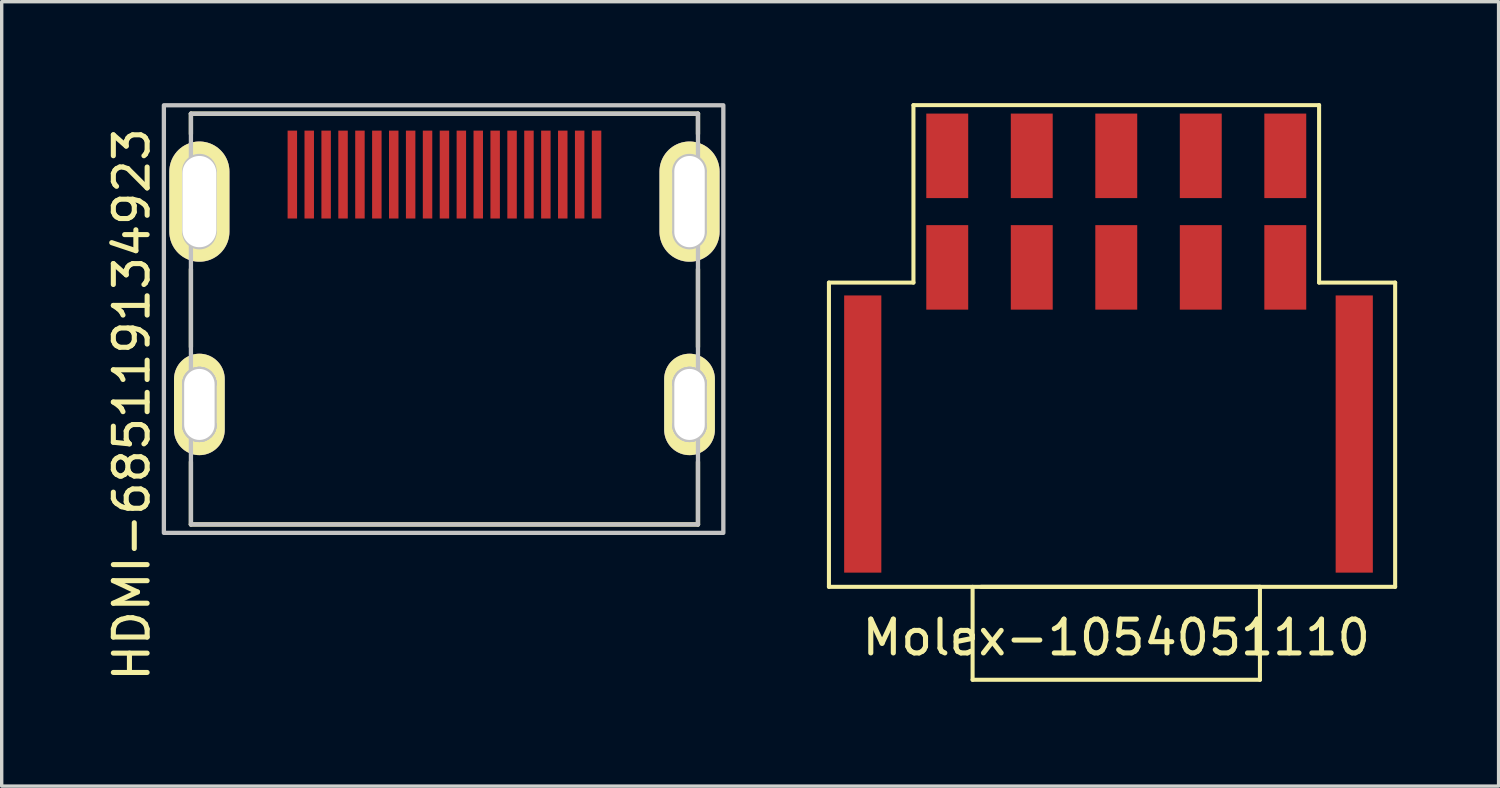
<source format=kicad_pcb>
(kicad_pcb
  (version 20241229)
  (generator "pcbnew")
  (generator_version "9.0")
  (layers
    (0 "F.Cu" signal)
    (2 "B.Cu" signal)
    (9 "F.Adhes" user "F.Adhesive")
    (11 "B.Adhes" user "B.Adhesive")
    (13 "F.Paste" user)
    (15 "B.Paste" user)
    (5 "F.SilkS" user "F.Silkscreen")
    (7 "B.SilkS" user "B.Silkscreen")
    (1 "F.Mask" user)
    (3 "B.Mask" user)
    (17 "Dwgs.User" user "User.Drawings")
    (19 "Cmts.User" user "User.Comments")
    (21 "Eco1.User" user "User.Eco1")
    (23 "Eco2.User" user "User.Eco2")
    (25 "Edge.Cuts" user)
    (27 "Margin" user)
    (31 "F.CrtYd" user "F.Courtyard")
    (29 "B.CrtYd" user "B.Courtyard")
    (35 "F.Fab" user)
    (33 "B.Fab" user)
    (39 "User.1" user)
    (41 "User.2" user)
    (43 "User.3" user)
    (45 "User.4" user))
  (footprint "HDMI-685119134923"
    (layer "F.Cu")
    (at 10.098 2.114)
    (property "Reference" "HDMI-685119134923" (at -9.25 6.8 90) (layer "F.SilkS") (effects (font (size 1 1) (thickness 0.15))))
    (attr smd)
    (fp_line (start -7.5 -1.8) (end 7.5 -1.8) (stroke (width 0.127) (type solid)) (layer "F.SilkS"))
    (fp_line (start -7.5 -1.2) (end -7.5 -1.8) (stroke (width 0.127) (type solid)) (layer "F.SilkS"))
    (fp_line (start -7.5 2.8) (end -7.5 5.1) (stroke (width 0.127) (type solid)) (layer "F.SilkS"))
    (fp_line (start -7.5 8.5) (end -7.5 10.35) (stroke (width 0.127) (type solid)) (layer "F.SilkS"))
    (fp_line (start -7.5 10.35) (end 7.5 10.35) (stroke (width 0.127) (type solid)) (layer "F.SilkS"))
    (fp_line (start 7.5 -1.8) (end 7.5 -1.2) (stroke (width 0.127) (type solid)) (layer "F.SilkS"))
    (fp_line (start 7.5 2.8) (end 7.5 5.1) (stroke (width 0.127) (type solid)) (layer "F.SilkS"))
    (fp_line (start 7.5 10.35) (end 7.5 8.5) (stroke (width 0.127) (type solid)) (layer "F.SilkS"))
    (fp_line (start -7.7 -0.1) (end -7.7 1.7) (stroke (width 0.127) (type solid)) (layer "Dwgs.User"))
    (fp_line (start -7.7 6.2) (end -7.7 7.4) (stroke (width 0.127) (type solid)) (layer "Dwgs.User"))
    (fp_line (start -7.5 -1.8) (end 7.5 -1.8) (stroke (width 0.127) (type solid)) (layer "Dwgs.User"))
    (fp_line (start -7.5 10.35) (end -7.5 -1.8) (stroke (width 0.127) (type solid)) (layer "Dwgs.User"))
    (fp_line (start -6.8 1.7) (end -6.8 -0.1) (stroke (width 0.127) (type solid)) (layer "Dwgs.User"))
    (fp_line (start -6.8 7.4) (end -6.8 6.2) (stroke (width 0.127) (type solid)) (layer "Dwgs.User"))
    (fp_line (start 6.8 -0.1) (end 6.8 1.7) (stroke (width 0.127) (type solid)) (layer "Dwgs.User"))
    (fp_line (start 6.8 6.2) (end 6.8 7.4) (stroke (width 0.127) (type solid)) (layer "Dwgs.User"))
    (fp_line (start 7.5 -1.8) (end 7.5 10.35) (stroke (width 0.127) (type solid)) (layer "Dwgs.User"))
    (fp_line (start 7.5 10.35) (end -7.5 10.35) (stroke (width 0.127) (type solid)) (layer "Dwgs.User"))
    (fp_line (start 7.7 1.7) (end 7.7 -0.1) (stroke (width 0.127) (type solid)) (layer "Dwgs.User"))
    (fp_line (start 7.7 7.4) (end 7.7 6.2) (stroke (width 0.127) (type solid)) (layer "Dwgs.User"))
    (fp_arc (start -7.7 -0.1) (mid -7.25 -0.55) (end -6.8 -0.1) (stroke (width 0.127) (type solid)) (layer "Dwgs.User"))
    (fp_arc (start -7.7 6.2) (mid -7.25 5.75) (end -6.8 6.2) (stroke (width 0.127) (type solid)) (layer "Dwgs.User"))
    (fp_arc (start -7.7 6.2) (mid -7.25 5.75) (end -6.8 6.2) (stroke (width 0.127) (type solid)) (layer "Dwgs.User"))
    (fp_arc (start -7.7 6.2) (mid -7.25 5.75) (end -6.8 6.2) (stroke (width 0.127) (type solid)) (layer "Dwgs.User"))
    (fp_arc (start -7.7 6.2) (mid -7.25 5.75) (end -6.8 6.2) (stroke (width 0.127) (type solid)) (layer "Dwgs.User"))
    (fp_arc (start -6.8 1.7) (mid -7.25 2.15) (end -7.7 1.7) (stroke (width 0.127) (type solid)) (layer "Dwgs.User"))
    (fp_arc (start -6.8 7.4) (mid -7.25 7.85) (end -7.7 7.4) (stroke (width 0.127) (type solid)) (layer "Dwgs.User"))
    (fp_arc (start -6.8 7.4) (mid -7.25 7.85) (end -7.7 7.4) (stroke (width 0.127) (type solid)) (layer "Dwgs.User"))
    (fp_arc (start -6.8 7.4) (mid -7.25 7.85) (end -7.7 7.4) (stroke (width 0.127) (type solid)) (layer "Dwgs.User"))
    (fp_arc (start -6.8 7.4) (mid -7.25 7.85) (end -7.7 7.4) (stroke (width 0.127) (type solid)) (layer "Dwgs.User"))
    (fp_arc (start 6.8 -0.1) (mid 7.25 -0.55) (end 7.7 -0.1) (stroke (width 0.127) (type solid)) (layer "Dwgs.User"))
    (fp_arc (start 6.8 6.2) (mid 7.25 5.75) (end 7.7 6.2) (stroke (width 0.127) (type solid)) (layer "Dwgs.User"))
    (fp_arc (start 6.8 6.2) (mid 7.25 5.75) (end 7.7 6.2) (stroke (width 0.127) (type solid)) (layer "Dwgs.User"))
    (fp_arc (start 6.8 6.2) (mid 7.25 5.75) (end 7.7 6.2) (stroke (width 0.127) (type solid)) (layer "Dwgs.User"))
    (fp_arc (start 6.8 6.2) (mid 7.25 5.75) (end 7.7 6.2) (stroke (width 0.127) (type solid)) (layer "Dwgs.User"))
    (fp_arc (start 7.7 1.7) (mid 7.25 2.15) (end 6.8 1.7) (stroke (width 0.127) (type solid)) (layer "Dwgs.User"))
    (fp_arc (start 7.7 7.4) (mid 7.25 7.85) (end 6.8 7.4) (stroke (width 0.127) (type solid)) (layer "Dwgs.User"))
    (fp_arc (start 7.7 7.4) (mid 7.25 7.85) (end 6.8 7.4) (stroke (width 0.127) (type solid)) (layer "Dwgs.User"))
    (fp_arc (start 7.7 7.4) (mid 7.25 7.85) (end 6.8 7.4) (stroke (width 0.127) (type solid)) (layer "Dwgs.User"))
    (fp_arc (start 7.7 7.4) (mid 7.25 7.85) (end 6.8 7.4) (stroke (width 0.127) (type solid)) (layer "Dwgs.User"))
    (fp_poly (pts (xy -8.3 -2.05) (xy 8.25 -2.05) (xy 8.25 10.6) (xy -8.3 10.6)) (stroke (width 0.127) (type solid)) (fill no) (layer "Dwgs.User"))
    (pad "1" smd rect (at 4.5 0 180) (size 0.28 2.6) (layers "F.Cu" "F.Mask" "F.Paste"))
    (pad "2" smd rect (at 4 0 180) (size 0.28 2.6) (layers "F.Cu" "F.Mask" "F.Paste"))
    (pad "3" smd rect (at 3.5 0 180) (size 0.28 2.6) (layers "F.Cu" "F.Mask" "F.Paste"))
    (pad "4" smd rect (at 3 0 180) (size 0.28 2.6) (layers "F.Cu" "F.Mask" "F.Paste"))
    (pad "5" smd rect (at 2.5 0 180) (size 0.28 2.6) (layers "F.Cu" "F.Mask" "F.Paste"))
    (pad "6" smd rect (at 2 0 180) (size 0.28 2.6) (layers "F.Cu" "F.Mask" "F.Paste"))
    (pad "7" smd rect (at 1.5 0 180) (size 0.28 2.6) (layers "F.Cu" "F.Mask" "F.Paste"))
    (pad "8" smd rect (at 1 0 180) (size 0.28 2.6) (layers "F.Cu" "F.Mask" "F.Paste"))
    (pad "9" smd rect (at 0.5 0 180) (size 0.28 2.6) (layers "F.Cu" "F.Mask" "F.Paste"))
    (pad "10" smd rect (at 0 0 180) (size 0.28 2.6) (layers "F.Cu" "F.Mask" "F.Paste"))
    (pad "11" smd rect (at -0.5 0 180) (size 0.28 2.6) (layers "F.Cu" "F.Mask" "F.Paste"))
    (pad "12" smd rect (at -1 0 180) (size 0.28 2.6) (layers "F.Cu" "F.Mask" "F.Paste"))
    (pad "13" smd rect (at -1.5 0 180) (size 0.28 2.6) (layers "F.Cu" "F.Mask" "F.Paste"))
    (pad "14" smd rect (at -2 0 180) (size 0.28 2.6) (layers "F.Cu" "F.Mask" "F.Paste"))
    (pad "15" smd rect (at -2.5 0 180) (size 0.28 2.6) (layers "F.Cu" "F.Mask" "F.Paste"))
    (pad "16" smd rect (at -3 0 180) (size 0.28 2.6) (layers "F.Cu" "F.Mask" "F.Paste"))
    (pad "17" smd rect (at -3.5 0 180) (size 0.28 2.6) (layers "F.Cu" "F.Mask" "F.Paste"))
    (pad "18" smd rect (at -4 0 180) (size 0.28 2.6) (layers "F.Cu" "F.Mask" "F.Paste"))
    (pad "19" smd rect (at -4.5 0 180) (size 0.28 2.6) (layers "F.Cu" "F.Mask" "F.Paste"))
    (pad "SHEL" thru_hole oval (at -7.25 0.8 90) (size 3.556 1.778) (drill oval 2.7 1) (layers "*.Cu" "*.Mask" "F.SilkS"))
    (pad "SHEL" thru_hole oval (at -7.25 6.8 90) (size 3 1.5) (drill oval 2.1 0.9) (layers "*.Cu" "*.Mask" "F.SilkS"))
    (pad "SHEL" thru_hole oval (at 7.25 0.8 90) (size 3.556 1.778) (drill oval 2.7 0.9) (layers "*.Cu" "*.Mask" "F.SilkS"))
    (pad "SHEL" thru_hole oval (at 7.25 6.8 90) (size 3 1.5) (drill oval 2.1 0.9) (layers "*.Cu" "*.Mask" "F.SilkS")))
  (footprint "Molex-1054051110"
    (layer "F.Cu")
    (at 29.972 15.56)
    (property "Reference" "Molex-1054051110" (at 0 0.25 0) (layer "F.SilkS") (effects (font (size 1 1) (thickness 0.15))))
    (attr through_hole)
    (fp_line (start -8.5 -10.25) (end -6 -10.25) (stroke (width 0.12) (type solid)) (layer "F.SilkS"))
    (fp_line (start -8.5 -1.25) (end -8.5 -10.25) (stroke (width 0.12) (type solid)) (layer "F.SilkS"))
    (fp_line (start -6 -15.5) (end 6 -15.5) (stroke (width 0.12) (type solid)) (layer "F.SilkS"))
    (fp_line (start -6 -10.25) (end -6 -15.5) (stroke (width 0.12) (type solid)) (layer "F.SilkS"))
    (fp_line (start -4.25 -1.25) (end -4.25 1.5) (stroke (width 0.12) (type solid)) (layer "F.SilkS"))
    (fp_line (start -4.25 1.5) (end 4.25 1.5) (stroke (width 0.12) (type solid)) (layer "F.SilkS"))
    (fp_line (start 4.25 -1.25) (end -4 -1.25) (stroke (width 0.12) (type solid)) (layer "F.SilkS"))
    (fp_line (start 4.25 1.5) (end 4.25 -1.25) (stroke (width 0.12) (type solid)) (layer "F.SilkS"))
    (fp_line (start 6 -15.5) (end 6 -10.25) (stroke (width 0.12) (type solid)) (layer "F.SilkS"))
    (fp_line (start 6 -10.25) (end 8.25 -10.25) (stroke (width 0.12) (type solid)) (layer "F.SilkS"))
    (fp_line (start 8.25 -10.25) (end 8.25 -1.25) (stroke (width 0.12) (type solid)) (layer "F.SilkS"))
    (fp_line (start 8.25 -1.25) (end -8.5 -1.25) (stroke (width 0.12) (type solid)) (layer "F.SilkS"))
    (pad "1" smd rect (at 5 -14) (size 1.24 2.5) (layers "F.Cu" "F.Mask" "F.Paste"))
    (pad "2" smd rect (at 2.5 -14) (size 1.24 2.5) (layers "F.Cu" "F.Mask" "F.Paste"))
    (pad "3" smd rect (at 0 -14) (size 1.24 2.5) (layers "F.Cu" "F.Mask" "F.Paste"))
    (pad "4" smd rect (at -2.5 -14) (size 1.24 2.5) (layers "F.Cu" "F.Mask" "F.Paste"))
    (pad "5" smd rect (at -5 -14) (size 1.24 2.5) (layers "F.Cu" "F.Mask" "F.Paste"))
    (pad "6" smd rect (at 5 -10.7) (size 1.24 2.5) (layers "F.Cu" "F.Mask" "F.Paste"))
    (pad "7" smd rect (at 2.5 -10.7) (size 1.24 2.5) (layers "F.Cu" "F.Mask" "F.Paste"))
    (pad "8" smd rect (at 0 -10.7) (size 1.24 2.5) (layers "F.Cu" "F.Mask" "F.Paste"))
    (pad "9" smd rect (at -2.5 -10.7) (size 1.24 2.5) (layers "F.Cu" "F.Mask" "F.Paste"))
    (pad "10" smd rect (at -5 -10.7) (size 1.24 2.5) (layers "F.Cu" "F.Mask" "F.Paste"))
    (pad "11" smd rect (at -7.5 -5.77) (size 1.1 8.2) (layers "F.Cu" "F.Mask" "F.Paste"))
    (pad "11" smd rect (at 7.04 -5.77) (size 1.1 8.2) (layers "F.Cu" "F.Mask" "F.Paste")))
  (gr_rect
    (start -3 -3)
    (end 41.282 20.205)
    (stroke (width 0.1) (type default))
    (fill no)
    (layer "Edge.Cuts")))
</source>
